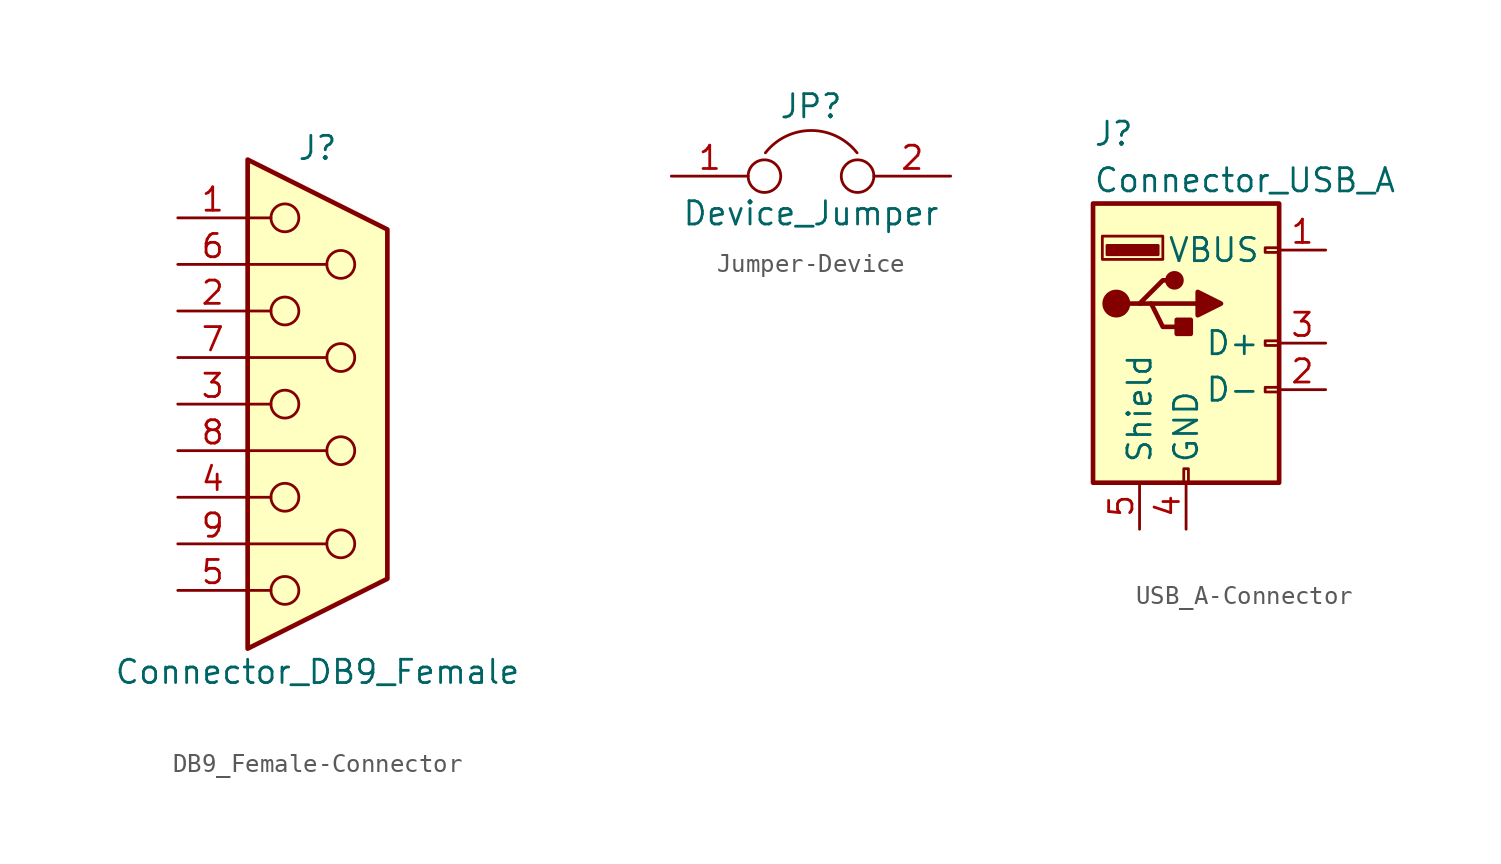
<source format=kicad_sym>
(kicad_symbol_lib
  (version 20241209)
  (generator "kicad_symbol_editor")
  (generator_version "9.0")
  (symbol "DB9_Female-Connector"
    (pin_names
      (offset 1.016)
      (hide yes))
    (property "Reference" "J"
      (at 0 13.97 0)
      (effects (font (size 1.27 1.27))))
    (property "Value" "Connector_DB9_Female"
      (at 0 -14.605 0)
      (effects (font (size 1.27 1.27))))
    (symbol "DB9_Female-Connector_0_1"
      (polyline (pts (xy -3.81 13.335) (xy -3.81 -13.335) (xy 3.81 -9.525) (xy 3.81 9.525) (xy -3.81 13.335)) (stroke (width 0.254) (type solid)) (fill (type background)))
      (polyline (pts (xy -3.81 10.16) (xy -2.54 10.16)) (stroke (width 0) (type solid)) (fill (type none)))
      (polyline (pts (xy -3.81 7.62) (xy 0.508 7.62)) (stroke (width 0) (type solid)) (fill (type none)))
      (polyline (pts (xy -3.81 5.08) (xy -2.54 5.08)) (stroke (width 0) (type solid)) (fill (type none)))
      (polyline (pts (xy -3.81 2.54) (xy 0.508 2.54)) (stroke (width 0) (type solid)) (fill (type none)))
      (polyline (pts (xy -3.81 0) (xy -2.54 0)) (stroke (width 0) (type solid)) (fill (type none)))
      (polyline (pts (xy -3.81 -2.54) (xy 0.508 -2.54)) (stroke (width 0) (type solid)) (fill (type none)))
      (polyline (pts (xy -3.81 -5.08) (xy -2.54 -5.08)) (stroke (width 0) (type solid)) (fill (type none)))
      (polyline (pts (xy -3.81 -7.62) (xy 0.508 -7.62)) (stroke (width 0) (type solid)) (fill (type none)))
      (polyline (pts (xy -3.81 -10.16) (xy -2.54 -10.16)) (stroke (width 0) (type solid)) (fill (type none)))
      (circle (center -1.778 10.16) (radius 0.762) (stroke (width 0) (type solid)) (fill (type none)))
      (circle (center -1.778 5.08) (radius 0.762) (stroke (width 0) (type solid)) (fill (type none)))
      (circle (center -1.778 0) (radius 0.762) (stroke (width 0) (type solid)) (fill (type none)))
      (circle (center -1.778 -5.08) (radius 0.762) (stroke (width 0) (type solid)) (fill (type none)))
      (circle (center -1.778 -10.16) (radius 0.762) (stroke (width 0) (type solid)) (fill (type none)))
      (circle (center 1.27 7.62) (radius 0.762) (stroke (width 0) (type solid)) (fill (type none)))
      (circle (center 1.27 2.54) (radius 0.762) (stroke (width 0) (type solid)) (fill (type none)))
      (circle (center 1.27 -2.54) (radius 0.762) (stroke (width 0) (type solid)) (fill (type none)))
      (circle (center 1.27 -7.62) (radius 0.762) (stroke (width 0) (type solid)) (fill (type none))))
    (symbol "DB9_Female-Connector_1_1"
      (pin passive line (at -7.62 10.16 0) (length 3.81) (name "1" (effects (font (size 1.27 1.27)))) (number "1" (effects (font (size 1.27 1.27)))))
      (pin passive line (at -7.62 7.62 0) (length 3.81) (name "6" (effects (font (size 1.27 1.27)))) (number "6" (effects (font (size 1.27 1.27)))))
      (pin passive line (at -7.62 5.08 0) (length 3.81) (name "2" (effects (font (size 1.27 1.27)))) (number "2" (effects (font (size 1.27 1.27)))))
      (pin passive line (at -7.62 2.54 0) (length 3.81) (name "7" (effects (font (size 1.27 1.27)))) (number "7" (effects (font (size 1.27 1.27)))))
      (pin passive line (at -7.62 0 0) (length 3.81) (name "3" (effects (font (size 1.27 1.27)))) (number "3" (effects (font (size 1.27 1.27)))))
      (pin passive line (at -7.62 -2.54 0) (length 3.81) (name "8" (effects (font (size 1.27 1.27)))) (number "8" (effects (font (size 1.27 1.27)))))
      (pin passive line (at -7.62 -5.08 0) (length 3.81) (name "4" (effects (font (size 1.27 1.27)))) (number "4" (effects (font (size 1.27 1.27)))))
      (pin passive line (at -7.62 -7.62 0) (length 3.81) (name "9" (effects (font (size 1.27 1.27)))) (number "9" (effects (font (size 1.27 1.27)))))
      (pin passive line (at -7.62 -10.16 0) (length 3.81) (name "5" (effects (font (size 1.27 1.27)))) (number "5" (effects (font (size 1.27 1.27)))))))
  (symbol "Jumper-Device"
    (pin_names
      (offset 0.762)
      (hide yes))
    (property "Reference" "JP"
      (at 0 3.81 0)
      (effects (font (size 1.27 1.27))))
    (property "Value" "Device_Jumper"
      (at 0 -2.032 0)
      (effects (font (size 1.27 1.27))))
    (symbol "Jumper-Device_0_1"
      (circle (center -2.54 0) (radius 0.889) (stroke (width 0) (type solid)) (fill (type none)))
      (arc (start -2.4892 1.27) (mid 0.0077 2.4896) (end 2.5146 1.27) (stroke (width 0) (type solid)) (fill (type none)))
      (circle (center 2.54 0) (radius 0.889) (stroke (width 0) (type solid)) (fill (type none)))
      (pin passive line (at -7.62 0 0) (length 4.191) (name "1" (effects (font (size 1.27 1.27)))) (number "1" (effects (font (size 1.27 1.27)))))
      (pin passive line (at 7.62 0 180) (length 4.191) (name "2" (effects (font (size 1.27 1.27)))) (number "2" (effects (font (size 1.27 1.27)))))))
  (symbol "USB_A-Connector"
    (pin_names
      (offset 1.016))
    (property "Reference" "J"
      (at -5.08 11.43 0)
      (effects (font (size 1.27 1.27)) (justify left)))
    (property "Value" "Connector_USB_A"
      (at -5.08 8.89 0)
      (effects (font (size 1.27 1.27)) (justify left)))
    (symbol "USB_A-Connector_0_1"
      (rectangle (start -5.08 -7.62) (end 5.08 7.62) (stroke (width 0.254) (type solid)) (fill (type background)))
      (circle (center -3.81 2.159) (radius 0.635) (stroke (width 0.254) (type solid)) (fill (type outline)))
      (polyline (pts (xy -3.175 2.159) (xy -2.54 2.159) (xy -1.27 3.429) (xy -0.635 3.429)) (stroke (width 0.254) (type solid)) (fill (type none)))
      (polyline (pts (xy -2.54 2.159) (xy -1.905 2.159) (xy -1.27 0.889) (xy 0 0.889)) (stroke (width 0.254) (type solid)) (fill (type none)))
      (rectangle (start -1.524 4.826) (end -4.318 5.334) (stroke (width 0) (type solid)) (fill (type outline)))
      (rectangle (start -1.27 4.572) (end -4.572 5.842) (stroke (width 0) (type solid)) (fill (type none)))
      (circle (center -0.635 3.429) (radius 0.381) (stroke (width 0.254) (type solid)) (fill (type outline)))
      (rectangle (start -0.127 -7.62) (end 0.127 -6.858) (stroke (width 0) (type solid)) (fill (type none)))
      (rectangle (start 0.254 1.27) (end -0.508 0.508) (stroke (width 0.254) (type solid)) (fill (type outline)))
      (polyline (pts (xy 0.635 2.794) (xy 0.635 1.524) (xy 1.905 2.159) (xy 0.635 2.794)) (stroke (width 0.254) (type solid)) (fill (type outline)))
      (rectangle (start 5.08 4.953) (end 4.318 5.207) (stroke (width 0) (type solid)) (fill (type none)))
      (rectangle (start 5.08 -0.127) (end 4.318 0.127) (stroke (width 0) (type solid)) (fill (type none)))
      (rectangle (start 5.08 -2.667) (end 4.318 -2.413) (stroke (width 0) (type solid)) (fill (type none))))
    (symbol "USB_A-Connector_1_1"
      (polyline (pts (xy -1.905 2.159) (xy 0.635 2.159)) (stroke (width 0.254) (type solid)) (fill (type none)))
      (pin passive line (at -2.54 -10.16 90) (length 2.54) (name "Shield" (effects (font (size 1.27 1.27)))) (number "5" (effects (font (size 1.27 1.27)))))
      (pin power_in line (at 0 -10.16 90) (length 2.54) (name "GND" (effects (font (size 1.27 1.27)))) (number "4" (effects (font (size 1.27 1.27)))))
      (pin power_in line (at 7.62 5.08 180) (length 2.54) (name "VBUS" (effects (font (size 1.27 1.27)))) (number "1" (effects (font (size 1.27 1.27)))))
      (pin passive line (at 7.62 0 180) (length 2.54) (name "D+" (effects (font (size 1.27 1.27)))) (number "3" (effects (font (size 1.27 1.27)))))
      (pin passive line (at 7.62 -2.54 180) (length 2.54) (name "D-" (effects (font (size 1.27 1.27)))) (number "2" (effects (font (size 1.27 1.27))))))))
</source>
